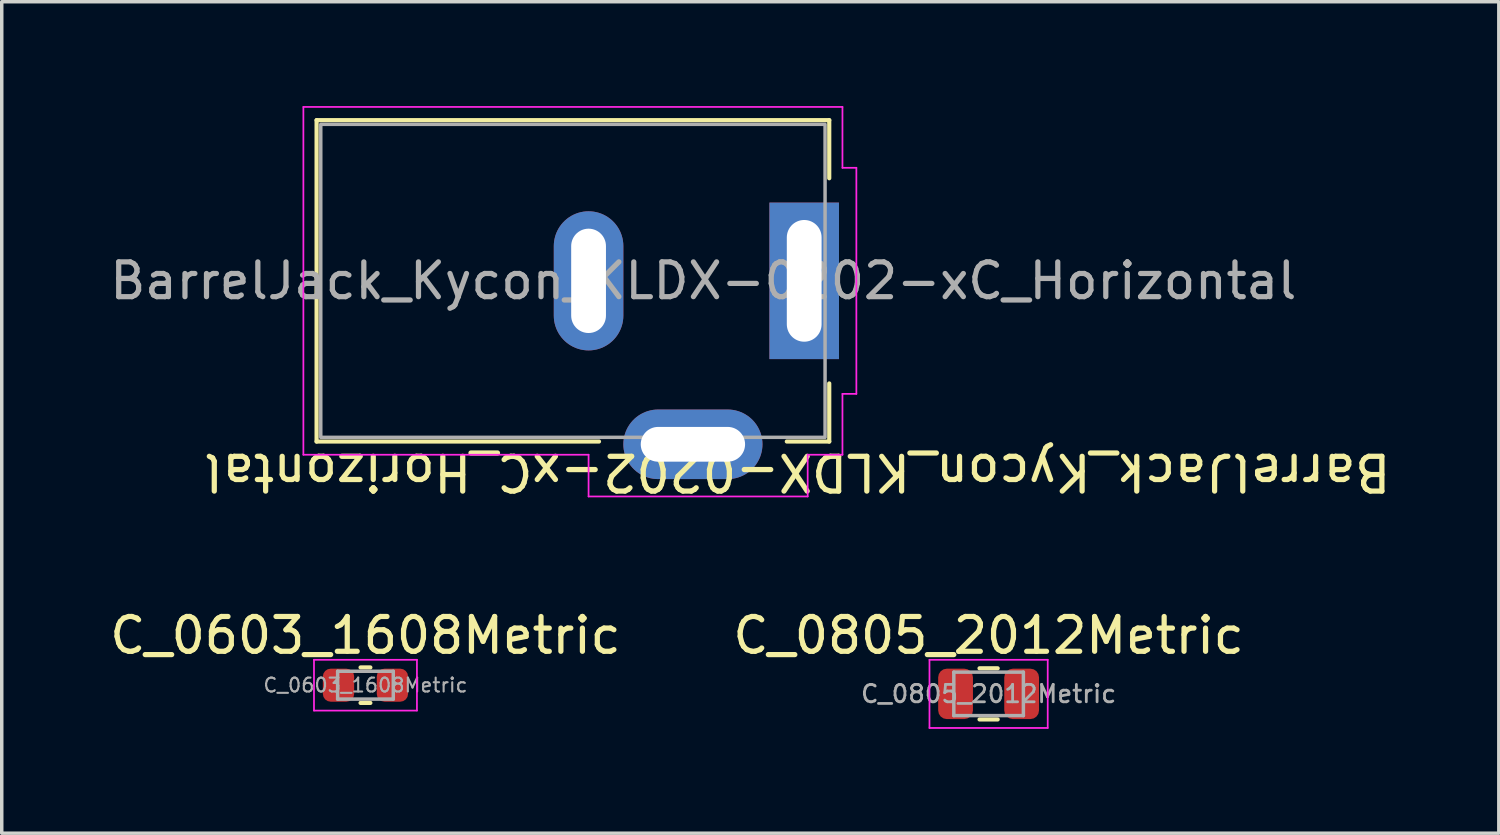
<source format=kicad_pcb>
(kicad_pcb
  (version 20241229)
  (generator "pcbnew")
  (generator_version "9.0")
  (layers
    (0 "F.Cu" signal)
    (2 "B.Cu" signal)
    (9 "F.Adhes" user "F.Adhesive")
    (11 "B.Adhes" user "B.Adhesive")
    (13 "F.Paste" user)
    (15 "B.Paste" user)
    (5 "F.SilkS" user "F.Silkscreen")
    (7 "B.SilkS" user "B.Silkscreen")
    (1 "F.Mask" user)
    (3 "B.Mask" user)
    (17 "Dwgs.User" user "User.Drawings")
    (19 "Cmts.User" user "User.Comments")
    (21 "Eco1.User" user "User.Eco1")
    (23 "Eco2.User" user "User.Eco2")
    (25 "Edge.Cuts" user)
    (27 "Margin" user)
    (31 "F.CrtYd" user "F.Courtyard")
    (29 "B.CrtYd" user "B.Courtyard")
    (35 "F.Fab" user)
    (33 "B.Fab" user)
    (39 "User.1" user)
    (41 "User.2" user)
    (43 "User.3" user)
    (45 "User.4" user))
  (footprint "BarrelJack_Kycon_KLDX-0202-xC_Horizontal"
    (layer "F.Cu")
    (at 20.073 5.025)
    (property "Reference" "BarrelJack_Kycon_KLDX-0202-xC_Horizontal" (at -0.2 5.5 180) (unlocked yes) (layer "F.SilkS") (effects (font (size 1 1) (thickness 0.15))))
    (attr through_hole)
    (fp_line (start -14.02 -4.62) (end -14.02 4.62) (stroke (width 0.12) (type solid)) (layer "F.SilkS"))
    (fp_line (start -14.02 4.62) (end -5.9 4.62) (stroke (width 0.12) (type solid)) (layer "F.SilkS"))
    (fp_line (start -0.5 4.62) (end 0.72 4.62) (stroke (width 0.12) (type solid)) (layer "F.SilkS"))
    (fp_line (start 0.72 -4.62) (end -14.02 -4.62) (stroke (width 0.12) (type solid)) (layer "F.SilkS"))
    (fp_line (start 0.72 -2.95) (end 0.72 -4.62) (stroke (width 0.12) (type solid)) (layer "F.SilkS"))
    (fp_line (start 0.72 4.62) (end 0.72 2.95) (stroke (width 0.12) (type solid)) (layer "F.SilkS"))
    (fp_line (start -14.4 -5) (end 1.1 -5) (stroke (width 0.05) (type solid)) (layer "F.CrtYd"))
    (fp_line (start -14.4 5) (end -14.4 -5) (stroke (width 0.05) (type solid)) (layer "F.CrtYd"))
    (fp_line (start -6.2 5) (end -14.4 5) (stroke (width 0.05) (type solid)) (layer "F.CrtYd"))
    (fp_line (start -6.2 6.2) (end -6.2 5) (stroke (width 0.05) (type solid)) (layer "F.CrtYd"))
    (fp_line (start 0.1 5) (end 0.1 6.2) (stroke (width 0.05) (type solid)) (layer "F.CrtYd"))
    (fp_line (start 0.1 6.2) (end -6.2 6.2) (stroke (width 0.05) (type solid)) (layer "F.CrtYd"))
    (fp_line (start 1.1 -5) (end 1.1 -3.25) (stroke (width 0.05) (type solid)) (layer "F.CrtYd"))
    (fp_line (start 1.1 -3.25) (end 1.5 -3.25) (stroke (width 0.05) (type solid)) (layer "F.CrtYd"))
    (fp_line (start 1.1 3.25) (end 1.1 5) (stroke (width 0.05) (type solid)) (layer "F.CrtYd"))
    (fp_line (start 1.1 5) (end 0.1 5) (stroke (width 0.05) (type solid)) (layer "F.CrtYd"))
    (fp_line (start 1.5 -3.25) (end 1.5 3.25) (stroke (width 0.05) (type solid)) (layer "F.CrtYd"))
    (fp_line (start 1.5 3.25) (end 1.1 3.25) (stroke (width 0.05) (type solid)) (layer "F.CrtYd"))
    (fp_rect (start -13.9 -4.5) (end 0.6 4.5) (stroke (width 0.1) (type solid)) (fill no) (layer "F.Fab"))
    (fp_text user "${REFERENCE}" (at -2.9 0 0) (unlocked yes) (layer "F.Fab") (effects (font (size 1 1) (thickness 0.15))))
    (pad "1" thru_hole rect (at 0 0) (size 2 4.5) (drill oval 1 3.5) (layers "*.Cu" "*.Mask"))
    (pad "2" thru_hole oval (at -6.2 0) (size 2 4) (drill oval 1 3) (layers "*.Cu" "*.Mask"))
    (pad "3" thru_hole oval (at -3.2 4.7 90) (size 2 4) (drill oval 1 3) (layers "*.Cu" "*.Mask")))
  (footprint "C_0805_2012Metric"
    (layer "F.Cu")
    (at 25.375 16.901)
    (property "Reference" "C_0805_2012Metric" (at 0 -1.68 0) (layer "F.SilkS") (effects (font (size 1 1) (thickness 0.15))))
    (attr smd)
    (fp_line (start -0.261 -0.735) (end 0.261 -0.735) (stroke (width 0.12) (type solid)) (layer "F.SilkS"))
    (fp_line (start -0.261 0.735) (end 0.261 0.735) (stroke (width 0.12) (type solid)) (layer "F.SilkS"))
    (fp_line (start -1.7 -0.98) (end 1.7 -0.98) (stroke (width 0.05) (type solid)) (layer "F.CrtYd"))
    (fp_line (start -1.7 0.98) (end -1.7 -0.98) (stroke (width 0.05) (type solid)) (layer "F.CrtYd"))
    (fp_line (start 1.7 -0.98) (end 1.7 0.98) (stroke (width 0.05) (type solid)) (layer "F.CrtYd"))
    (fp_line (start 1.7 0.98) (end -1.7 0.98) (stroke (width 0.05) (type solid)) (layer "F.CrtYd"))
    (fp_line (start -1 -0.625) (end 1 -0.625) (stroke (width 0.1) (type solid)) (layer "F.Fab"))
    (fp_line (start -1 0.625) (end -1 -0.625) (stroke (width 0.1) (type solid)) (layer "F.Fab"))
    (fp_line (start 1 -0.625) (end 1 0.625) (stroke (width 0.1) (type solid)) (layer "F.Fab"))
    (fp_line (start 1 0.625) (end -1 0.625) (stroke (width 0.1) (type solid)) (layer "F.Fab"))
    (fp_text user "${REFERENCE}" (at 0 0 0) (layer "F.Fab") (effects (font (size 0.5 0.5) (thickness 0.08))))
    (pad "1" smd roundrect (at -0.95 0) (size 1 1.45) (layers "F.Cu" "F.Mask" "F.Paste") (roundrect_rratio 0.25))
    (pad "2" smd roundrect (at 0.95 0) (size 1 1.45) (layers "F.Cu" "F.Mask" "F.Paste") (roundrect_rratio 0.25)))
  (footprint "C_0603_1608Metric"
    (layer "F.Cu")
    (at 7.458 16.651)
    (property "Reference" "C_0603_1608Metric" (at 0 -1.43 0) (layer "F.SilkS") (effects (font (size 1 1) (thickness 0.15))))
    (attr smd)
    (fp_line (start -0.141 -0.51) (end 0.141 -0.51) (stroke (width 0.12) (type solid)) (layer "F.SilkS"))
    (fp_line (start -0.141 0.51) (end 0.141 0.51) (stroke (width 0.12) (type solid)) (layer "F.SilkS"))
    (fp_line (start -1.48 -0.73) (end 1.48 -0.73) (stroke (width 0.05) (type solid)) (layer "F.CrtYd"))
    (fp_line (start -1.48 0.73) (end -1.48 -0.73) (stroke (width 0.05) (type solid)) (layer "F.CrtYd"))
    (fp_line (start 1.48 -0.73) (end 1.48 0.73) (stroke (width 0.05) (type solid)) (layer "F.CrtYd"))
    (fp_line (start 1.48 0.73) (end -1.48 0.73) (stroke (width 0.05) (type solid)) (layer "F.CrtYd"))
    (fp_line (start -0.8 -0.4) (end 0.8 -0.4) (stroke (width 0.1) (type solid)) (layer "F.Fab"))
    (fp_line (start -0.8 0.4) (end -0.8 -0.4) (stroke (width 0.1) (type solid)) (layer "F.Fab"))
    (fp_line (start 0.8 -0.4) (end 0.8 0.4) (stroke (width 0.1) (type solid)) (layer "F.Fab"))
    (fp_line (start 0.8 0.4) (end -0.8 0.4) (stroke (width 0.1) (type solid)) (layer "F.Fab"))
    (fp_text user "${REFERENCE}" (at 0 0 0) (layer "F.Fab") (effects (font (size 0.4 0.4) (thickness 0.06))))
    (pad "1" smd roundrect (at -0.775 0) (size 0.9 0.95) (layers "F.Cu" "F.Mask" "F.Paste") (roundrect_rratio 0.25))
    (pad "2" smd roundrect (at 0.775 0) (size 0.9 0.95) (layers "F.Cu" "F.Mask" "F.Paste") (roundrect_rratio 0.25)))
  (gr_rect
    (start -3 -3)
    (end 40.045 20.907)
    (stroke (width 0.1) (type default))
    (fill no)
    (layer "Edge.Cuts")))
</source>
